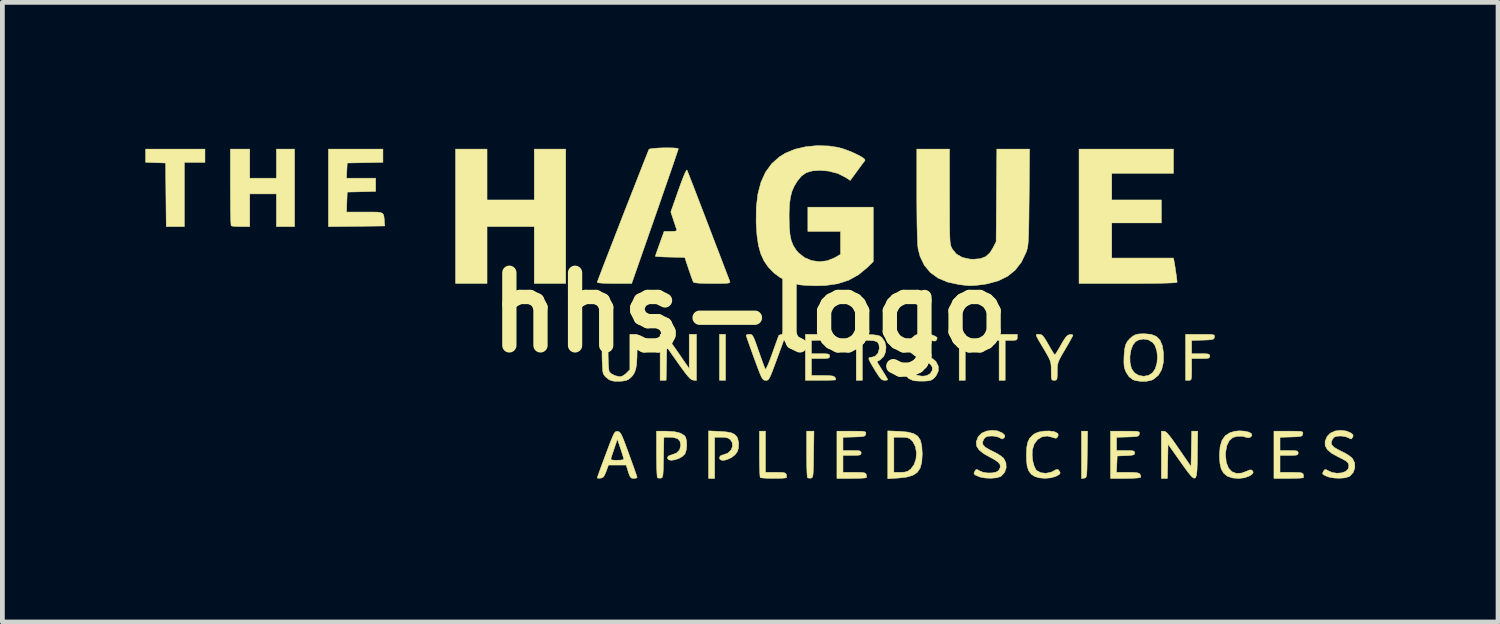
<source format=kicad_pcb>
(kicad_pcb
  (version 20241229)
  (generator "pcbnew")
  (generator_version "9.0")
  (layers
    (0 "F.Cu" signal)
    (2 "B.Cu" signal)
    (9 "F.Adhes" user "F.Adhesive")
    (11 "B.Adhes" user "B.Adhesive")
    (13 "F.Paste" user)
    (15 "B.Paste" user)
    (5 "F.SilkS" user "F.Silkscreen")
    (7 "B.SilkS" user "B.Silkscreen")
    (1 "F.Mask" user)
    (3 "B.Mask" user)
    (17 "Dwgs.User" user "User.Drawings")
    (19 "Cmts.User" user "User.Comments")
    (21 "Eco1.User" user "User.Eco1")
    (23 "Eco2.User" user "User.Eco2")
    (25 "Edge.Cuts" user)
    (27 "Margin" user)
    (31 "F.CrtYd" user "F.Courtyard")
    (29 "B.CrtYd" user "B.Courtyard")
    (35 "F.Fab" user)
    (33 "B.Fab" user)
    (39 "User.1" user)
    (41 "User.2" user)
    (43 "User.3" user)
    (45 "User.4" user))
  (footprint "hhs-logo"
    (layer "F.Cu")
    (at 12.68 3.507)
    (property "Reference" "hhs-logo" (at 0 0 0) (layer "F.SilkS") (effects (font (size 1.524 1.524) (thickness 0.3))))
    (attr through_hole)
    (fp_poly (pts (xy -0.508 1.422) (xy -0.635 1.422) (xy -0.635 0.457) (xy -0.508 0.457) (xy -0.508 1.422)) (stroke (width 0.01) (type solid)) (fill yes) (layer "F.SilkS"))
    (fp_poly (pts (xy 4.521 1.422) (xy 4.394 1.422) (xy 4.394 0.457) (xy 4.521 0.457) (xy 4.521 1.422)) (stroke (width 0.01) (type solid)) (fill yes) (layer "F.SilkS"))
    (fp_poly (pts (xy -11.43 -3.15) (xy -11.862 -3.15) (xy -11.862 -1.803) (xy -12.242 -1.803) (xy -12.249 -2.47) (xy -12.255 -3.137) (xy -12.465 -3.144) (xy -12.675 -3.152) (xy -12.675 -3.429) (xy -11.43 -3.429) (xy -11.43 -3.15)) (stroke (width 0.01) (type solid)) (fill yes) (layer "F.SilkS"))
    (fp_poly (pts (xy -5.512 -2.362) (xy -4.521 -2.362) (xy -4.521 -3.429) (xy -3.861 -3.429) (xy -3.861 -0.61) (xy -4.521 -0.61) (xy -4.521 -1.803) (xy -5.512 -1.803) (xy -5.512 -0.61) (xy -6.172 -0.61) (xy -6.172 -3.429) (xy -5.512 -3.429) (xy -5.512 -2.362)) (stroke (width 0.01) (type solid)) (fill yes) (layer "F.SilkS"))
    (fp_poly (pts (xy 7.081 2.978) (xy 7.078 3.147) (xy 7.076 3.272) (xy 7.072 3.359) (xy 7.066 3.416) (xy 7.057 3.45) (xy 7.045 3.467) (xy 7.028 3.473) (xy 7.017 3.475) (xy 6.96 3.483) (xy 6.96 2.489) (xy 7.088 2.489) (xy 7.081 2.978)) (stroke (width 0.01) (type solid)) (fill yes) (layer "F.SilkS"))
    (fp_poly (pts (xy 1.34 2.978) (xy 1.338 3.147) (xy 1.335 3.272) (xy 1.331 3.36) (xy 1.325 3.417) (xy 1.316 3.45) (xy 1.304 3.467) (xy 1.288 3.474) (xy 1.282 3.475) (xy 1.231 3.473) (xy 1.212 3.464) (xy 1.206 3.434) (xy 1.201 3.361) (xy 1.197 3.255) (xy 1.195 3.122) (xy 1.194 2.971) (xy 1.194 2.489) (xy 1.347 2.489) (xy 1.34 2.978)) (stroke (width 0.01) (type solid)) (fill yes) (layer "F.SilkS"))
    (fp_poly (pts (xy 5.613 0.521) (xy 5.609 0.558) (xy 5.588 0.577) (xy 5.537 0.584) (xy 5.486 0.584) (xy 5.359 0.584) (xy 5.359 1.422) (xy 5.232 1.422) (xy 5.232 0.587) (xy 5.099 0.579) (xy 5.02 0.572) (xy 4.978 0.558) (xy 4.961 0.53) (xy 4.958 0.514) (xy 4.956 0.491) (xy 4.964 0.475) (xy 4.989 0.465) (xy 5.039 0.46) (xy 5.123 0.458) (xy 5.248 0.457) (xy 5.281 0.457) (xy 5.613 0.457) (xy 5.613 0.521)) (stroke (width 0.01) (type solid)) (fill yes) (layer "F.SilkS"))
    (fp_poly (pts (xy -10.49 -2.819) (xy -9.931 -2.819) (xy -9.931 -3.429) (xy -9.55 -3.429) (xy -9.55 -1.803) (xy -9.931 -1.803) (xy -9.931 -2.489) (xy -10.49 -2.489) (xy -10.49 -1.803) (xy -10.676 -1.803) (xy -10.769 -1.806) (xy -10.841 -1.811) (xy -10.878 -1.819) (xy -10.88 -1.82) (xy -10.884 -1.849) (xy -10.888 -1.922) (xy -10.891 -2.034) (xy -10.894 -2.177) (xy -10.895 -2.347) (xy -10.896 -2.536) (xy -10.897 -2.633) (xy -10.897 -3.429) (xy -10.49 -3.429) (xy -10.49 -2.819)) (stroke (width 0.01) (type solid)) (fill yes) (layer "F.SilkS"))
    (fp_poly (pts (xy -1.118 1.426) (xy -1.187 1.418) (xy -1.219 1.408) (xy -1.255 1.381) (xy -1.301 1.332) (xy -1.362 1.255) (xy -1.444 1.144) (xy -1.498 1.067) (xy -1.74 0.724) (xy -1.747 1.073) (xy -1.754 1.422) (xy -1.88 1.422) (xy -1.88 0.457) (xy -1.822 0.458) (xy -1.794 0.468) (xy -1.756 0.5) (xy -1.705 0.559) (xy -1.637 0.65) (xy -1.546 0.777) (xy -1.518 0.818) (xy -1.27 1.178) (xy -1.27 0.457) (xy -1.118 0.457) (xy -1.118 1.426)) (stroke (width 0.01) (type solid)) (fill yes) (layer "F.SilkS"))
    (fp_poly (pts (xy -7.696 -3.151) (xy -8.071 -3.144) (xy -8.445 -3.137) (xy -8.453 -2.978) (xy -8.461 -2.819) (xy -7.849 -2.819) (xy -7.849 -2.542) (xy -8.147 -2.534) (xy -8.445 -2.527) (xy -8.453 -2.318) (xy -8.46 -2.108) (xy -8.079 -2.108) (xy -7.929 -2.108) (xy -7.822 -2.107) (xy -7.75 -2.099) (xy -7.707 -2.082) (xy -7.684 -2.052) (xy -7.673 -2.004) (xy -7.667 -1.936) (xy -7.665 -1.905) (xy -7.658 -1.816) (xy -8.839 -1.802) (xy -8.839 -3.429) (xy -7.696 -3.429) (xy -7.696 -3.151)) (stroke (width 0.01) (type solid)) (fill yes) (layer "F.SilkS"))
    (fp_poly (pts (xy 0.33 3.353) (xy 0.543 3.353) (xy 0.648 3.354) (xy 0.713 3.359) (xy 0.749 3.371) (xy 0.765 3.391) (xy 0.769 3.402) (xy 0.773 3.449) (xy 0.768 3.466) (xy 0.737 3.472) (xy 0.668 3.477) (xy 0.576 3.479) (xy 0.472 3.479) (xy 0.372 3.477) (xy 0.288 3.473) (xy 0.233 3.467) (xy 0.22 3.463) (xy 0.215 3.433) (xy 0.21 3.361) (xy 0.207 3.255) (xy 0.204 3.122) (xy 0.203 2.971) (xy 0.203 2.489) (xy 0.33 2.489) (xy 0.33 3.353)) (stroke (width 0.01) (type solid)) (fill yes) (layer "F.SilkS"))
    (fp_poly (pts (xy 9.392 2.978) (xy 9.389 3.174) (xy 9.383 3.32) (xy 9.371 3.418) (xy 9.35 3.469) (xy 9.316 3.475) (xy 9.266 3.436) (xy 9.198 3.354) (xy 9.107 3.23) (xy 9.03 3.121) (xy 8.776 2.762) (xy 8.769 3.121) (xy 8.762 3.48) (xy 8.636 3.48) (xy 8.636 2.489) (xy 8.693 2.49) (xy 8.721 2.5) (xy 8.758 2.531) (xy 8.808 2.588) (xy 8.875 2.677) (xy 8.963 2.802) (xy 9.004 2.862) (xy 9.258 3.232) (xy 9.272 2.489) (xy 9.399 2.489) (xy 9.392 2.978)) (stroke (width 0.01) (type solid)) (fill yes) (layer "F.SilkS"))
    (fp_poly (pts (xy 8.89 -2.921) (xy 7.595 -2.921) (xy 7.595 -2.362) (xy 8.636 -2.362) (xy 8.636 -1.88) (xy 7.595 -1.88) (xy 7.595 -1.143) (xy 8.889 -1.143) (xy 8.901 -1.086) (xy 8.911 -1.03) (xy 8.925 -0.946) (xy 8.939 -0.849) (xy 8.953 -0.755) (xy 8.962 -0.679) (xy 8.966 -0.637) (xy 8.966 -0.636) (xy 8.945 -0.629) (xy 8.88 -0.623) (xy 8.769 -0.618) (xy 8.613 -0.614) (xy 8.409 -0.611) (xy 8.157 -0.61) (xy 7.938 -0.61) (xy 6.909 -0.61) (xy 6.909 -3.429) (xy 8.89 -3.429) (xy 8.89 -2.921)) (stroke (width 0.01) (type solid)) (fill yes) (layer "F.SilkS"))
    (fp_poly (pts (xy -0.629 2.494) (xy -0.487 2.505) (xy -0.386 2.524) (xy -0.318 2.556) (xy -0.273 2.603) (xy -0.256 2.635) (xy -0.231 2.737) (xy -0.238 2.85) (xy -0.261 2.92) (xy -0.308 2.983) (xy -0.375 3.036) (xy -0.451 3.075) (xy -0.525 3.098) (xy -0.588 3.1) (xy -0.627 3.078) (xy -0.635 3.049) (xy -0.62 3.01) (xy -0.566 2.987) (xy -0.546 2.983) (xy -0.456 2.947) (xy -0.392 2.884) (xy -0.361 2.807) (xy -0.368 2.728) (xy -0.406 2.667) (xy -0.455 2.634) (xy -0.527 2.619) (xy -0.597 2.616) (xy -0.737 2.616) (xy -0.737 3.48) (xy -0.864 3.48) (xy -0.864 2.483) (xy -0.629 2.494)) (stroke (width 0.01) (type solid)) (fill yes) (layer "F.SilkS"))
    (fp_poly (pts (xy 9.579 0.458) (xy 9.666 0.459) (xy 9.717 0.465) (xy 9.743 0.475) (xy 9.751 0.491) (xy 9.749 0.514) (xy 9.742 0.541) (xy 9.724 0.559) (xy 9.684 0.569) (xy 9.613 0.575) (xy 9.506 0.579) (xy 9.271 0.586) (xy 9.271 0.864) (xy 9.461 0.864) (xy 9.559 0.865) (xy 9.616 0.87) (xy 9.643 0.883) (xy 9.652 0.905) (xy 9.652 0.914) (xy 9.648 0.94) (xy 9.627 0.956) (xy 9.58 0.963) (xy 9.496 0.965) (xy 9.461 0.965) (xy 9.271 0.965) (xy 9.271 1.194) (xy 9.27 1.302) (xy 9.267 1.369) (xy 9.258 1.405) (xy 9.241 1.42) (xy 9.213 1.422) (xy 9.207 1.422) (xy 9.144 1.422) (xy 9.144 0.457) (xy 9.451 0.457) (xy 9.579 0.458)) (stroke (width 0.01) (type solid)) (fill yes) (layer "F.SilkS"))
    (fp_poly (pts (xy 3.145 2.493) (xy 3.313 2.508) (xy 3.438 2.54) (xy 3.525 2.595) (xy 3.58 2.679) (xy 3.609 2.799) (xy 3.619 2.961) (xy 3.619 2.972) (xy 3.609 3.137) (xy 3.576 3.263) (xy 3.515 3.354) (xy 3.42 3.416) (xy 3.285 3.454) (xy 3.126 3.472) (xy 2.896 3.487) (xy 2.896 2.616) (xy 3.023 2.616) (xy 3.023 3.353) (xy 3.162 3.353) (xy 3.253 3.348) (xy 3.316 3.329) (xy 3.374 3.288) (xy 3.379 3.283) (xy 3.448 3.191) (xy 3.488 3.072) (xy 3.498 2.944) (xy 3.477 2.819) (xy 3.426 2.715) (xy 3.402 2.687) (xy 3.355 2.646) (xy 3.304 2.625) (xy 3.233 2.617) (xy 3.177 2.616) (xy 3.023 2.616) (xy 2.896 2.616) (xy 2.896 2.483) (xy 3.145 2.493)) (stroke (width 0.01) (type solid)) (fill yes) (layer "F.SilkS"))
    (fp_poly (pts (xy 1.604 0.458) (xy 1.69 0.459) (xy 1.742 0.465) (xy 1.767 0.475) (xy 1.775 0.491) (xy 1.773 0.514) (xy 1.766 0.541) (xy 1.748 0.559) (xy 1.708 0.569) (xy 1.637 0.575) (xy 1.53 0.579) (xy 1.295 0.586) (xy 1.295 0.864) (xy 1.486 0.864) (xy 1.583 0.865) (xy 1.64 0.87) (xy 1.668 0.883) (xy 1.676 0.905) (xy 1.676 0.914) (xy 1.672 0.94) (xy 1.651 0.956) (xy 1.604 0.963) (xy 1.52 0.965) (xy 1.486 0.965) (xy 1.295 0.965) (xy 1.295 1.321) (xy 1.534 1.321) (xy 1.655 1.323) (xy 1.734 1.331) (xy 1.779 1.349) (xy 1.8 1.378) (xy 1.803 1.412) (xy 1.78 1.416) (xy 1.715 1.419) (xy 1.618 1.421) (xy 1.5 1.422) (xy 1.486 1.422) (xy 1.168 1.422) (xy 1.168 0.457) (xy 1.475 0.457) (xy 1.604 0.458)) (stroke (width 0.01) (type solid)) (fill yes) (layer "F.SilkS"))
    (fp_poly (pts (xy 8.005 2.49) (xy 8.091 2.491) (xy 8.143 2.497) (xy 8.168 2.507) (xy 8.176 2.523) (xy 8.174 2.546) (xy 8.167 2.573) (xy 8.149 2.591) (xy 8.109 2.601) (xy 8.038 2.607) (xy 7.931 2.611) (xy 7.696 2.618) (xy 7.696 2.896) (xy 7.887 2.896) (xy 7.984 2.897) (xy 8.041 2.902) (xy 8.069 2.915) (xy 8.077 2.937) (xy 8.077 2.945) (xy 8.072 2.971) (xy 8.048 2.987) (xy 7.996 2.996) (xy 7.905 3.002) (xy 7.893 3.002) (xy 7.709 3.01) (xy 7.694 3.353) (xy 7.934 3.353) (xy 8.054 3.355) (xy 8.133 3.363) (xy 8.178 3.38) (xy 8.199 3.411) (xy 8.204 3.456) (xy 8.18 3.465) (xy 8.115 3.473) (xy 8.018 3.478) (xy 7.898 3.48) (xy 7.887 3.48) (xy 7.569 3.48) (xy 7.569 2.489) (xy 7.876 2.489) (xy 8.005 2.49)) (stroke (width 0.01) (type solid)) (fill yes) (layer "F.SilkS"))
    (fp_poly (pts (xy -2.972 0.827) (xy -2.97 0.963) (xy -2.966 1.082) (xy -2.959 1.176) (xy -2.95 1.234) (xy -2.947 1.244) (xy -2.902 1.286) (xy -2.828 1.323) (xy -2.744 1.344) (xy -2.712 1.346) (xy -2.664 1.329) (xy -2.604 1.287) (xy -2.589 1.272) (xy -2.515 1.198) (xy -2.515 0.457) (xy -2.362 0.457) (xy -2.363 0.768) (xy -2.366 0.945) (xy -2.374 1.08) (xy -2.391 1.182) (xy -2.417 1.259) (xy -2.455 1.32) (xy -2.487 1.355) (xy -2.538 1.4) (xy -2.593 1.425) (xy -2.668 1.438) (xy -2.723 1.442) (xy -2.826 1.443) (xy -2.898 1.431) (xy -2.961 1.402) (xy -2.966 1.398) (xy -3.028 1.347) (xy -3.071 1.288) (xy -3.074 1.281) (xy -3.083 1.233) (xy -3.09 1.145) (xy -3.096 1.028) (xy -3.099 0.894) (xy -3.099 0.837) (xy -3.099 0.457) (xy -2.972 0.457) (xy -2.972 0.827)) (stroke (width 0.01) (type solid)) (fill yes) (layer "F.SilkS"))
    (fp_poly (pts (xy -1.621 -3.454) (xy -1.545 -3.449) (xy -1.503 -3.44) (xy -1.498 -3.435) (xy -1.506 -3.409) (xy -1.53 -3.338) (xy -1.567 -3.228) (xy -1.616 -3.083) (xy -1.677 -2.907) (xy -1.747 -2.705) (xy -1.825 -2.48) (xy -1.909 -2.237) (xy -1.987 -2.013) (xy -2.477 -0.61) (xy -2.838 -0.61) (xy -2.981 -0.611) (xy -3.093 -0.616) (xy -3.168 -0.623) (xy -3.2 -0.632) (xy -3.2 -0.634) (xy -3.191 -0.66) (xy -3.166 -0.729) (xy -3.125 -0.836) (xy -3.072 -0.975) (xy -3.007 -1.143) (xy -2.933 -1.334) (xy -2.851 -1.544) (xy -2.764 -1.768) (xy -2.674 -2.001) (xy -2.581 -2.238) (xy -2.488 -2.475) (xy -2.397 -2.707) (xy -2.31 -2.929) (xy -2.229 -3.137) (xy -2.154 -3.324) (xy -2.115 -3.423) (xy -2.088 -3.434) (xy -2.022 -3.443) (xy -1.931 -3.45) (xy -1.826 -3.455) (xy -1.719 -3.456) (xy -1.621 -3.454)) (stroke (width 0.01) (type solid)) (fill yes) (layer "F.SilkS"))
    (fp_poly (pts (xy 2.264 2.49) (xy 2.35 2.491) (xy 2.402 2.497) (xy 2.428 2.507) (xy 2.436 2.523) (xy 2.434 2.546) (xy 2.427 2.573) (xy 2.408 2.591) (xy 2.369 2.601) (xy 2.297 2.607) (xy 2.191 2.611) (xy 1.956 2.618) (xy 1.956 2.896) (xy 2.146 2.896) (xy 2.244 2.897) (xy 2.301 2.902) (xy 2.328 2.915) (xy 2.337 2.937) (xy 2.337 2.946) (xy 2.332 2.972) (xy 2.312 2.988) (xy 2.265 2.995) (xy 2.181 2.997) (xy 2.146 2.997) (xy 1.956 2.997) (xy 1.956 3.353) (xy 2.194 3.353) (xy 2.306 3.354) (xy 2.378 3.358) (xy 2.419 3.368) (xy 2.438 3.384) (xy 2.445 3.402) (xy 2.45 3.449) (xy 2.444 3.466) (xy 2.415 3.471) (xy 2.345 3.476) (xy 2.245 3.479) (xy 2.129 3.48) (xy 1.829 3.48) (xy 1.829 2.489) (xy 2.135 2.489) (xy 2.264 2.49)) (stroke (width 0.01) (type solid)) (fill yes) (layer "F.SilkS"))
    (fp_poly (pts (xy 11.434 2.49) (xy 11.52 2.491) (xy 11.572 2.497) (xy 11.597 2.507) (xy 11.605 2.523) (xy 11.603 2.546) (xy 11.596 2.573) (xy 11.578 2.591) (xy 11.538 2.601) (xy 11.467 2.607) (xy 11.36 2.611) (xy 11.125 2.618) (xy 11.125 2.896) (xy 11.316 2.896) (xy 11.413 2.897) (xy 11.47 2.902) (xy 11.498 2.915) (xy 11.506 2.937) (xy 11.506 2.946) (xy 11.502 2.972) (xy 11.481 2.988) (xy 11.434 2.995) (xy 11.35 2.997) (xy 11.316 2.997) (xy 11.125 2.997) (xy 11.125 3.353) (xy 11.364 3.353) (xy 11.476 3.354) (xy 11.547 3.358) (xy 11.588 3.368) (xy 11.608 3.384) (xy 11.615 3.402) (xy 11.619 3.449) (xy 11.614 3.466) (xy 11.584 3.471) (xy 11.514 3.476) (xy 11.415 3.479) (xy 11.299 3.48) (xy 10.998 3.48) (xy 10.998 2.489) (xy 11.305 2.489) (xy 11.434 2.49)) (stroke (width 0.01) (type solid)) (fill yes) (layer "F.SilkS"))
    (fp_poly (pts (xy 2.474 0.461) (xy 2.591 0.467) (xy 2.669 0.476) (xy 2.721 0.49) (xy 2.759 0.514) (xy 2.776 0.529) (xy 2.834 0.614) (xy 2.859 0.717) (xy 2.85 0.824) (xy 2.811 0.92) (xy 2.743 0.987) (xy 2.668 1.032) (xy 2.782 1.215) (xy 2.834 1.299) (xy 2.873 1.366) (xy 2.894 1.405) (xy 2.896 1.41) (xy 2.874 1.419) (xy 2.826 1.422) (xy 2.789 1.416) (xy 2.755 1.393) (xy 2.714 1.345) (xy 2.661 1.265) (xy 2.629 1.213) (xy 2.561 1.1) (xy 2.519 1.024) (xy 2.499 0.976) (xy 2.501 0.951) (xy 2.522 0.941) (xy 2.551 0.94) (xy 2.632 0.917) (xy 2.69 0.855) (xy 2.717 0.763) (xy 2.718 0.737) (xy 2.708 0.663) (xy 2.674 0.616) (xy 2.608 0.592) (xy 2.5 0.584) (xy 2.491 0.584) (xy 2.362 0.584) (xy 2.362 1.422) (xy 2.235 1.422) (xy 2.235 0.452) (xy 2.474 0.461)) (stroke (width 0.01) (type solid)) (fill yes) (layer "F.SilkS"))
    (fp_poly (pts (xy -1.58 2.5) (xy -1.453 2.531) (xy -1.37 2.582) (xy -1.348 2.612) (xy -1.327 2.687) (xy -1.321 2.785) (xy -1.332 2.883) (xy -1.356 2.959) (xy -1.362 2.969) (xy -1.416 3.021) (xy -1.488 3.062) (xy -1.568 3.089) (xy -1.642 3.1) (xy -1.699 3.091) (xy -1.726 3.06) (xy -1.727 3.051) (xy -1.711 3.013) (xy -1.654 2.99) (xy -1.637 2.986) (xy -1.534 2.947) (xy -1.47 2.879) (xy -1.448 2.785) (xy -1.464 2.7) (xy -1.515 2.646) (xy -1.604 2.62) (xy -1.671 2.616) (xy -1.802 2.616) (xy -1.809 3.042) (xy -1.812 3.198) (xy -1.815 3.31) (xy -1.82 3.387) (xy -1.827 3.434) (xy -1.838 3.46) (xy -1.853 3.471) (xy -1.868 3.475) (xy -1.918 3.473) (xy -1.938 3.464) (xy -1.943 3.434) (xy -1.948 3.361) (xy -1.952 3.255) (xy -1.955 3.122) (xy -1.956 2.971) (xy -1.956 2.489) (xy -1.752 2.489) (xy -1.58 2.5)) (stroke (width 0.01) (type solid)) (fill yes) (layer "F.SilkS"))
    (fp_poly (pts (xy 10.379 2.489) (xy 10.466 2.508) (xy 10.522 2.536) (xy 10.523 2.537) (xy 10.536 2.575) (xy 10.514 2.609) (xy 10.47 2.627) (xy 10.42 2.619) (xy 10.419 2.619) (xy 10.333 2.595) (xy 10.23 2.596) (xy 10.137 2.622) (xy 10.135 2.623) (xy 10.06 2.688) (xy 10.009 2.793) (xy 9.984 2.932) (xy 9.982 2.992) (xy 9.998 3.145) (xy 10.044 3.262) (xy 10.116 3.34) (xy 10.21 3.376) (xy 10.323 3.368) (xy 10.42 3.331) (xy 10.492 3.302) (xy 10.534 3.306) (xy 10.539 3.311) (xy 10.563 3.347) (xy 10.55 3.381) (xy 10.496 3.422) (xy 10.484 3.429) (xy 10.382 3.467) (xy 10.258 3.481) (xy 10.132 3.471) (xy 10.025 3.436) (xy 10.012 3.428) (xy 9.941 3.368) (xy 9.892 3.283) (xy 9.865 3.167) (xy 9.855 3.011) (xy 9.855 2.992) (xy 9.868 2.816) (xy 9.908 2.682) (xy 9.977 2.584) (xy 10.078 2.52) (xy 10.183 2.49) (xy 10.278 2.482) (xy 10.379 2.489)) (stroke (width 0.01) (type solid)) (fill yes) (layer "F.SilkS"))
    (fp_poly (pts (xy 6.382 2.498) (xy 6.424 2.513) (xy 6.469 2.546) (xy 6.47 2.584) (xy 6.453 2.615) (xy 6.427 2.638) (xy 6.384 2.63) (xy 6.363 2.621) (xy 6.245 2.591) (xy 6.134 2.607) (xy 6.039 2.664) (xy 5.968 2.758) (xy 5.93 2.881) (xy 5.925 2.992) (xy 5.937 3.108) (xy 5.964 3.214) (xy 6.001 3.293) (xy 6.019 3.314) (xy 6.104 3.36) (xy 6.21 3.373) (xy 6.318 3.352) (xy 6.364 3.33) (xy 6.424 3.297) (xy 6.457 3.29) (xy 6.481 3.307) (xy 6.49 3.32) (xy 6.512 3.358) (xy 6.505 3.387) (xy 6.461 3.417) (xy 6.416 3.439) (xy 6.316 3.468) (xy 6.194 3.478) (xy 6.073 3.468) (xy 5.98 3.44) (xy 5.904 3.39) (xy 5.852 3.32) (xy 5.82 3.224) (xy 5.806 3.091) (xy 5.804 2.997) (xy 5.81 2.842) (xy 5.831 2.727) (xy 5.872 2.64) (xy 5.935 2.573) (xy 5.987 2.537) (xy 6.067 2.506) (xy 6.174 2.488) (xy 6.285 2.485) (xy 6.382 2.498)) (stroke (width 0.01) (type solid)) (fill yes) (layer "F.SilkS"))
    (fp_poly (pts (xy 0.022 0.459) (xy 0.046 0.471) (xy 0.068 0.499) (xy 0.093 0.551) (xy 0.125 0.634) (xy 0.168 0.756) (xy 0.186 0.807) (xy 0.23 0.933) (xy 0.27 1.044) (xy 0.302 1.129) (xy 0.322 1.18) (xy 0.326 1.188) (xy 0.342 1.178) (xy 0.37 1.124) (xy 0.41 1.029) (xy 0.458 0.899) (xy 0.472 0.861) (xy 0.517 0.734) (xy 0.557 0.623) (xy 0.588 0.538) (xy 0.608 0.487) (xy 0.612 0.478) (xy 0.647 0.462) (xy 0.691 0.462) (xy 0.754 0.47) (xy 0.643 0.775) (xy 0.573 0.967) (xy 0.517 1.117) (xy 0.475 1.23) (xy 0.442 1.311) (xy 0.417 1.365) (xy 0.397 1.398) (xy 0.379 1.415) (xy 0.361 1.422) (xy 0.341 1.422) (xy 0.332 1.422) (xy 0.308 1.42) (xy 0.286 1.41) (xy 0.265 1.386) (xy 0.24 1.341) (xy 0.21 1.27) (xy 0.169 1.165) (xy 0.116 1.021) (xy 0.093 0.959) (xy 0.041 0.815) (xy -0.005 0.687) (xy -0.042 0.583) (xy -0.066 0.51) (xy -0.076 0.477) (xy -0.076 0.476) (xy -0.054 0.462) (xy -0.006 0.457) (xy 0.022 0.459)) (stroke (width 0.01) (type solid)) (fill yes) (layer "F.SilkS"))
    (fp_poly (pts (xy 8.422 0.458) (xy 8.531 0.502) (xy 8.607 0.579) (xy 8.656 0.695) (xy 8.681 0.853) (xy 8.679 1.04) (xy 8.643 1.195) (xy 8.574 1.315) (xy 8.472 1.399) (xy 8.425 1.421) (xy 8.32 1.443) (xy 8.198 1.444) (xy 8.084 1.425) (xy 8.034 1.406) (xy 7.955 1.343) (xy 7.897 1.253) (xy 7.87 1.189) (xy 7.855 1.125) (xy 7.85 1.046) (xy 7.852 0.936) (xy 7.853 0.919) (xy 7.976 0.919) (xy 7.979 1.05) (xy 8.007 1.169) (xy 8.013 1.183) (xy 8.072 1.266) (xy 8.16 1.319) (xy 8.263 1.337) (xy 8.365 1.319) (xy 8.448 1.268) (xy 8.507 1.181) (xy 8.543 1.065) (xy 8.554 0.935) (xy 8.541 0.806) (xy 8.503 0.694) (xy 8.458 0.631) (xy 8.369 0.575) (xy 8.262 0.556) (xy 8.156 0.576) (xy 8.094 0.611) (xy 8.036 0.685) (xy 7.996 0.793) (xy 7.976 0.919) (xy 7.853 0.919) (xy 7.853 0.913) (xy 7.864 0.776) (xy 7.886 0.677) (xy 7.925 0.602) (xy 7.987 0.536) (xy 8.036 0.497) (xy 8.092 0.466) (xy 8.163 0.45) (xy 8.267 0.445) (xy 8.277 0.445) (xy 8.422 0.458)) (stroke (width 0.01) (type solid)) (fill yes) (layer "F.SilkS"))
    (fp_poly (pts (xy 6.059 0.457) (xy 6.068 0.457) (xy 6.105 0.461) (xy 6.138 0.479) (xy 6.172 0.519) (xy 6.217 0.588) (xy 6.266 0.673) (xy 6.319 0.765) (xy 6.363 0.837) (xy 6.393 0.88) (xy 6.401 0.888) (xy 6.418 0.867) (xy 6.453 0.812) (xy 6.501 0.731) (xy 6.53 0.679) (xy 6.59 0.577) (xy 6.635 0.512) (xy 6.673 0.477) (xy 6.71 0.463) (xy 6.715 0.462) (xy 6.764 0.463) (xy 6.781 0.475) (xy 6.769 0.503) (xy 6.735 0.566) (xy 6.685 0.655) (xy 6.624 0.76) (xy 6.616 0.774) (xy 6.548 0.889) (xy 6.502 0.974) (xy 6.474 1.038) (xy 6.459 1.095) (xy 6.453 1.155) (xy 6.452 1.232) (xy 6.452 1.237) (xy 6.451 1.332) (xy 6.446 1.388) (xy 6.433 1.414) (xy 6.408 1.422) (xy 6.388 1.422) (xy 6.356 1.42) (xy 6.337 1.406) (xy 6.328 1.371) (xy 6.325 1.303) (xy 6.325 1.224) (xy 6.324 1.136) (xy 6.318 1.069) (xy 6.302 1.009) (xy 6.272 0.943) (xy 6.224 0.856) (xy 6.183 0.786) (xy 6.107 0.659) (xy 6.055 0.57) (xy 6.024 0.511) (xy 6.01 0.477) (xy 6.014 0.461) (xy 6.031 0.457) (xy 6.059 0.457)) (stroke (width 0.01) (type solid)) (fill yes) (layer "F.SilkS"))
    (fp_poly (pts (xy 3.835 0.473) (xy 3.903 0.503) (xy 3.931 0.528) (xy 3.927 0.558) (xy 3.915 0.58) (xy 3.893 0.598) (xy 3.853 0.597) (xy 3.782 0.576) (xy 3.774 0.574) (xy 3.654 0.547) (xy 3.561 0.561) (xy 3.491 0.611) (xy 3.457 0.671) (xy 3.465 0.729) (xy 3.52 0.787) (xy 3.622 0.85) (xy 3.667 0.872) (xy 3.763 0.923) (xy 3.847 0.977) (xy 3.902 1.023) (xy 3.908 1.03) (xy 3.956 1.127) (xy 3.956 1.23) (xy 3.907 1.33) (xy 3.89 1.351) (xy 3.844 1.396) (xy 3.798 1.422) (xy 3.733 1.434) (xy 3.655 1.439) (xy 3.556 1.439) (xy 3.469 1.433) (xy 3.421 1.423) (xy 3.335 1.385) (xy 3.295 1.338) (xy 3.295 1.293) (xy 3.319 1.256) (xy 3.35 1.259) (xy 3.499 1.314) (xy 3.616 1.336) (xy 3.708 1.326) (xy 3.783 1.284) (xy 3.789 1.278) (xy 3.828 1.216) (xy 3.83 1.145) (xy 3.795 1.09) (xy 3.753 1.063) (xy 3.68 1.022) (xy 3.59 0.975) (xy 3.573 0.966) (xy 3.452 0.899) (xy 3.375 0.835) (xy 3.337 0.768) (xy 3.333 0.689) (xy 3.341 0.645) (xy 3.39 0.545) (xy 3.473 0.475) (xy 3.582 0.439) (xy 3.709 0.439) (xy 3.835 0.473)) (stroke (width 0.01) (type solid)) (fill yes) (layer "F.SilkS"))
    (fp_poly (pts (xy -1.306 -2.962) (xy -1.277 -2.89) (xy -1.234 -2.779) (xy -1.178 -2.636) (xy -1.112 -2.464) (xy -1.037 -2.269) (xy -0.955 -2.055) (xy -0.868 -1.829) (xy -0.781 -1.6) (xy -0.699 -1.386) (xy -0.623 -1.189) (xy -0.557 -1.016) (xy -0.502 -0.871) (xy -0.459 -0.759) (xy -0.43 -0.685) (xy -0.418 -0.654) (xy -0.415 -0.637) (xy -0.426 -0.625) (xy -0.457 -0.617) (xy -0.517 -0.612) (xy -0.611 -0.61) (xy -0.748 -0.61) (xy -0.783 -0.61) (xy -0.942 -0.611) (xy -1.064 -0.616) (xy -1.145 -0.624) (xy -1.181 -0.635) (xy -1.182 -0.636) (xy -1.196 -0.67) (xy -1.223 -0.741) (xy -1.256 -0.837) (xy -1.281 -0.909) (xy -1.363 -1.156) (xy -1.672 -1.163) (xy -1.791 -1.166) (xy -1.888 -1.171) (xy -1.955 -1.175) (xy -1.981 -1.18) (xy -1.981 -1.18) (xy -1.973 -1.207) (xy -1.951 -1.271) (xy -1.919 -1.362) (xy -1.889 -1.446) (xy -1.797 -1.702) (xy -1.658 -1.702) (xy -1.574 -1.705) (xy -1.534 -1.717) (xy -1.53 -1.734) (xy -1.544 -1.772) (xy -1.568 -1.844) (xy -1.598 -1.934) (xy -1.599 -1.938) (xy -1.656 -2.11) (xy -1.496 -2.567) (xy -1.443 -2.714) (xy -1.396 -2.836) (xy -1.358 -2.927) (xy -1.331 -2.98) (xy -1.318 -2.992) (xy -1.306 -2.962)) (stroke (width 0.01) (type solid)) (fill yes) (layer "F.SilkS"))
    (fp_poly (pts (xy 12.52 2.487) (xy 12.618 2.53) (xy 12.657 2.565) (xy 12.656 2.603) (xy 12.648 2.618) (xy 12.624 2.652) (xy 12.595 2.648) (xy 12.566 2.629) (xy 12.506 2.606) (xy 12.423 2.592) (xy 12.39 2.591) (xy 12.31 2.596) (xy 12.262 2.615) (xy 12.229 2.653) (xy 12.2 2.717) (xy 12.208 2.773) (xy 12.257 2.826) (xy 12.35 2.881) (xy 12.407 2.909) (xy 12.503 2.958) (xy 12.586 3.011) (xy 12.641 3.057) (xy 12.646 3.062) (xy 12.691 3.155) (xy 12.695 3.258) (xy 12.662 3.354) (xy 12.595 3.428) (xy 12.569 3.444) (xy 12.487 3.468) (xy 12.377 3.477) (xy 12.259 3.472) (xy 12.153 3.453) (xy 12.117 3.44) (xy 12.05 3.41) (xy 12.022 3.388) (xy 12.022 3.362) (xy 12.038 3.33) (xy 12.064 3.294) (xy 12.095 3.296) (xy 12.123 3.313) (xy 12.216 3.355) (xy 12.318 3.372) (xy 12.417 3.364) (xy 12.5 3.335) (xy 12.553 3.286) (xy 12.563 3.261) (xy 12.57 3.202) (xy 12.554 3.156) (xy 12.506 3.112) (xy 12.421 3.065) (xy 12.361 3.036) (xy 12.216 2.958) (xy 12.12 2.878) (xy 12.072 2.792) (xy 12.071 2.7) (xy 12.115 2.598) (xy 12.185 2.528) (xy 12.285 2.485) (xy 12.402 2.471) (xy 12.52 2.487)) (stroke (width 0.01) (type solid)) (fill yes) (layer "F.SilkS"))
    (fp_poly (pts (xy 5.197 2.483) (xy 5.297 2.526) (xy 5.314 2.539) (xy 5.351 2.577) (xy 5.35 2.608) (xy 5.337 2.626) (xy 5.306 2.652) (xy 5.272 2.644) (xy 5.249 2.628) (xy 5.192 2.606) (xy 5.109 2.592) (xy 5.075 2.591) (xy 4.995 2.596) (xy 4.947 2.615) (xy 4.913 2.653) (xy 4.885 2.717) (xy 4.893 2.773) (xy 4.942 2.826) (xy 5.035 2.881) (xy 5.092 2.909) (xy 5.188 2.958) (xy 5.271 3.011) (xy 5.326 3.057) (xy 5.33 3.062) (xy 5.375 3.155) (xy 5.38 3.258) (xy 5.347 3.354) (xy 5.28 3.428) (xy 5.254 3.444) (xy 5.172 3.468) (xy 5.061 3.477) (xy 4.943 3.472) (xy 4.838 3.453) (xy 4.802 3.44) (xy 4.735 3.41) (xy 4.707 3.388) (xy 4.707 3.362) (xy 4.723 3.33) (xy 4.746 3.295) (xy 4.772 3.293) (xy 4.818 3.32) (xy 4.893 3.351) (xy 4.987 3.366) (xy 5.085 3.365) (xy 5.168 3.348) (xy 5.221 3.317) (xy 5.223 3.315) (xy 5.256 3.249) (xy 5.252 3.19) (xy 5.205 3.134) (xy 5.114 3.074) (xy 5.055 3.043) (xy 4.909 2.961) (xy 4.811 2.882) (xy 4.76 2.802) (xy 4.752 2.716) (xy 4.786 2.622) (xy 4.8 2.598) (xy 4.869 2.53) (xy 4.968 2.487) (xy 5.082 2.471) (xy 5.197 2.483)) (stroke (width 0.01) (type solid)) (fill yes) (layer "F.SilkS"))
    (fp_poly (pts (xy -2.771 2.494) (xy -2.747 2.5) (xy -2.726 2.515) (xy -2.703 2.546) (xy -2.676 2.6) (xy -2.642 2.682) (xy -2.598 2.798) (xy -2.54 2.956) (xy -2.534 2.972) (xy -2.482 3.117) (xy -2.435 3.246) (xy -2.399 3.351) (xy -2.373 3.425) (xy -2.363 3.459) (xy -2.363 3.461) (xy -2.384 3.474) (xy -2.434 3.48) (xy -2.476 3.475) (xy -2.505 3.452) (xy -2.529 3.4) (xy -2.549 3.34) (xy -2.593 3.2) (xy -2.965 3.2) (xy -3.013 3.334) (xy -3.046 3.413) (xy -3.076 3.455) (xy -3.116 3.473) (xy -3.131 3.475) (xy -3.181 3.477) (xy -3.2 3.469) (xy -3.192 3.442) (xy -3.168 3.375) (xy -3.132 3.275) (xy -3.086 3.15) (xy -3.058 3.076) (xy -2.913 3.076) (xy -2.898 3.092) (xy -2.852 3.098) (xy -2.783 3.099) (xy -2.706 3.096) (xy -2.655 3.088) (xy -2.642 3.08) (xy -2.649 3.049) (xy -2.669 2.982) (xy -2.698 2.892) (xy -2.709 2.858) (xy -2.777 2.655) (xy -2.834 2.824) (xy -2.865 2.917) (xy -2.892 2.997) (xy -2.908 3.046) (xy -2.913 3.076) (xy -3.058 3.076) (xy -3.032 3.006) (xy -3.019 2.971) (xy -2.958 2.808) (xy -2.911 2.686) (xy -2.875 2.6) (xy -2.848 2.544) (xy -2.826 2.511) (xy -2.806 2.496) (xy -2.785 2.493) (xy -2.771 2.494)) (stroke (width 0.01) (type solid)) (fill yes) (layer "F.SilkS"))
    (fp_poly (pts (xy 5.862 -2.419) (xy 5.859 -2.165) (xy 5.857 -1.956) (xy 5.854 -1.787) (xy 5.85 -1.653) (xy 5.846 -1.548) (xy 5.841 -1.467) (xy 5.834 -1.404) (xy 5.826 -1.355) (xy 5.815 -1.314) (xy 5.802 -1.275) (xy 5.798 -1.264) (xy 5.699 -1.058) (xy 5.57 -0.891) (xy 5.408 -0.76) (xy 5.211 -0.664) (xy 4.977 -0.601) (xy 4.873 -0.585) (xy 4.759 -0.572) (xy 4.676 -0.565) (xy 4.604 -0.564) (xy 4.524 -0.571) (xy 4.416 -0.584) (xy 4.398 -0.586) (xy 4.157 -0.637) (xy 3.954 -0.721) (xy 3.79 -0.839) (xy 3.663 -0.991) (xy 3.574 -1.176) (xy 3.533 -1.333) (xy 3.525 -1.4) (xy 3.519 -1.514) (xy 3.514 -1.671) (xy 3.509 -1.865) (xy 3.507 -2.092) (xy 3.505 -2.349) (xy 3.505 -2.456) (xy 3.505 -3.429) (xy 4.191 -3.429) (xy 4.191 -2.432) (xy 4.192 -2.181) (xy 4.192 -1.975) (xy 4.193 -1.81) (xy 4.195 -1.68) (xy 4.198 -1.58) (xy 4.202 -1.505) (xy 4.208 -1.451) (xy 4.216 -1.41) (xy 4.226 -1.379) (xy 4.238 -1.353) (xy 4.249 -1.333) (xy 4.336 -1.227) (xy 4.46 -1.156) (xy 4.618 -1.121) (xy 4.701 -1.118) (xy 4.844 -1.131) (xy 4.954 -1.175) (xy 5.041 -1.256) (xy 5.104 -1.358) (xy 5.169 -1.484) (xy 5.184 -3.429) (xy 5.527 -3.429) (xy 5.871 -3.429) (xy 5.862 -2.419)) (stroke (width 0.01) (type solid)) (fill yes) (layer "F.SilkS"))
    (fp_poly (pts (xy 1.661 -3.494) (xy 1.841 -3.467) (xy 1.941 -3.441) (xy 2.05 -3.403) (xy 2.16 -3.358) (xy 2.261 -3.311) (xy 2.345 -3.265) (xy 2.401 -3.226) (xy 2.42 -3.197) (xy 2.418 -3.192) (xy 2.394 -3.159) (xy 2.347 -3.097) (xy 2.286 -3.014) (xy 2.251 -2.966) (xy 2.108 -2.771) (xy 2.018 -2.831) (xy 1.85 -2.917) (xy 1.652 -2.968) (xy 1.473 -2.983) (xy 1.313 -2.972) (xy 1.187 -2.935) (xy 1.085 -2.864) (xy 0.997 -2.757) (xy 0.932 -2.649) (xy 0.884 -2.539) (xy 0.853 -2.415) (xy 0.834 -2.268) (xy 0.826 -2.085) (xy 0.826 -1.994) (xy 0.83 -1.796) (xy 0.844 -1.638) (xy 0.87 -1.512) (xy 0.911 -1.408) (xy 0.97 -1.316) (xy 1.021 -1.254) (xy 1.148 -1.153) (xy 1.298 -1.09) (xy 1.461 -1.067) (xy 1.625 -1.086) (xy 1.781 -1.149) (xy 1.786 -1.152) (xy 1.905 -1.221) (xy 1.905 -1.702) (xy 1.219 -1.702) (xy 1.219 -2.21) (xy 2.591 -2.21) (xy 2.591 -1.069) (xy 2.468 -0.947) (xy 2.282 -0.793) (xy 2.076 -0.679) (xy 1.845 -0.604) (xy 1.584 -0.567) (xy 1.399 -0.562) (xy 1.275 -0.565) (xy 1.159 -0.571) (xy 1.066 -0.579) (xy 1.029 -0.585) (xy 0.822 -0.645) (xy 0.637 -0.735) (xy 0.509 -0.83) (xy 0.392 -0.95) (xy 0.301 -1.081) (xy 0.232 -1.231) (xy 0.183 -1.407) (xy 0.152 -1.617) (xy 0.135 -1.869) (xy 0.134 -1.88) (xy 0.137 -2.204) (xy 0.171 -2.489) (xy 0.236 -2.736) (xy 0.333 -2.948) (xy 0.463 -3.125) (xy 0.627 -3.269) (xy 0.752 -3.345) (xy 0.948 -3.426) (xy 1.174 -3.478) (xy 1.416 -3.502) (xy 1.661 -3.494)) (stroke (width 0.01) (type solid)) (fill yes) (layer "F.SilkS")))
  (gr_rect
    (start -3 -3)
    (end 28.38 9.999)
    (stroke (width 0.1) (type default))
    (fill no)
    (layer "Edge.Cuts")))
</source>
